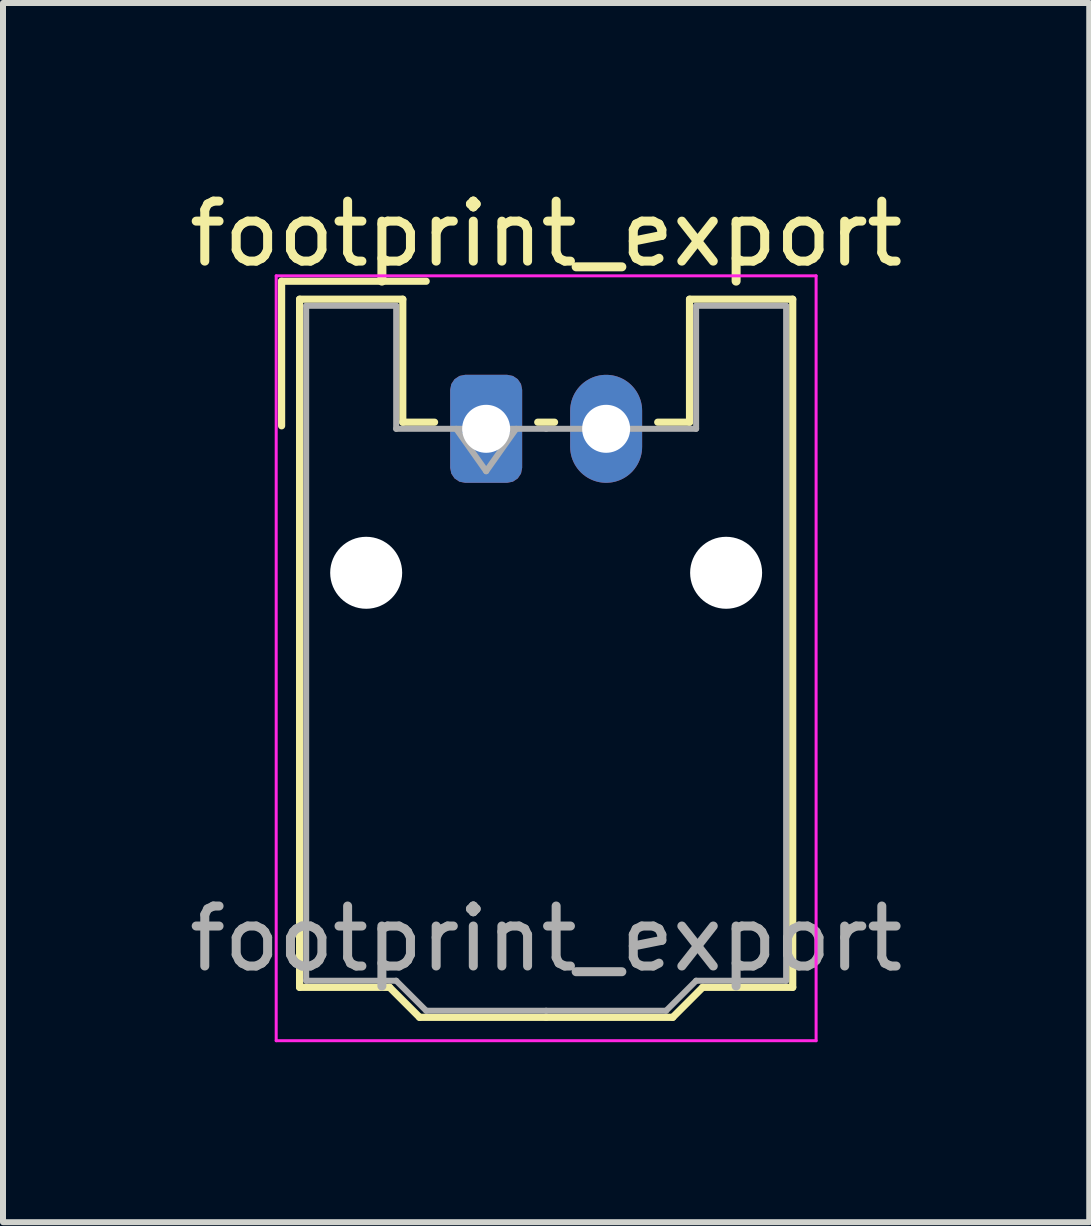
<source format=kicad_pcb>
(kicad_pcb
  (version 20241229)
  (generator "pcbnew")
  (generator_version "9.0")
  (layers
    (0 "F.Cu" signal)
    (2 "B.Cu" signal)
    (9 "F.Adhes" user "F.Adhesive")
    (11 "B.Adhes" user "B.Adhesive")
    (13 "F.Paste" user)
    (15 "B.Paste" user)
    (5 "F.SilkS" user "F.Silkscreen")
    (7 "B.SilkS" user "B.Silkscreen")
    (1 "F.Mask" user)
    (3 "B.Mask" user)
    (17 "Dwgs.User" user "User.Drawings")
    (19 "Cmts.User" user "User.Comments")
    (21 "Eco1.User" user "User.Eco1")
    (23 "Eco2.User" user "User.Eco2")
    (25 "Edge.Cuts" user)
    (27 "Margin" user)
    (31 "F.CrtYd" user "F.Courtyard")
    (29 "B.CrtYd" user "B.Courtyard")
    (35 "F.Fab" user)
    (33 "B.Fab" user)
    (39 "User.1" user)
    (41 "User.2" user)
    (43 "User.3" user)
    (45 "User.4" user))
  (footprint "footprint_export"
    (layer "F.Cu")
    (at 5.054 4.098)
    (property "Reference" "footprint_export" (at 1 -3.25 0) (layer "F.SilkS") (effects (font (size 1 1) (thickness 0.15))))
    (attr through_hole)
    (fp_line (start -3.41 -2.46) (end -1 -2.46) (stroke (width 0.12) (type solid)) (layer "F.SilkS"))
    (fp_line (start -3.41 -0.05) (end -3.41 -2.46) (stroke (width 0.12) (type solid)) (layer "F.SilkS"))
    (fp_line (start -3.11 -2.16) (end -1.39 -2.16) (stroke (width 0.12) (type solid)) (layer "F.SilkS"))
    (fp_line (start -3.11 9.31) (end -3.11 -2.16) (stroke (width 0.12) (type solid)) (layer "F.SilkS"))
    (fp_line (start -1.61 9.31) (end -3.11 9.31) (stroke (width 0.12) (type solid)) (layer "F.SilkS"))
    (fp_line (start -1.39 -2.16) (end -1.39 -0.11) (stroke (width 0.12) (type solid)) (layer "F.SilkS"))
    (fp_line (start -1.39 -0.11) (end -0.86 -0.11) (stroke (width 0.12) (type solid)) (layer "F.SilkS"))
    (fp_line (start -1.11 9.81) (end -1.61 9.31) (stroke (width 0.12) (type solid)) (layer "F.SilkS"))
    (fp_line (start 0.86 -0.11) (end 1.14 -0.11) (stroke (width 0.12) (type solid)) (layer "F.SilkS"))
    (fp_line (start 1 9.81) (end -1.11 9.81) (stroke (width 0.12) (type solid)) (layer "F.SilkS"))
    (fp_line (start 1 9.81) (end 3.11 9.81) (stroke (width 0.12) (type solid)) (layer "F.SilkS"))
    (fp_line (start 3.11 9.81) (end 3.61 9.31) (stroke (width 0.12) (type solid)) (layer "F.SilkS"))
    (fp_line (start 3.39 -2.16) (end 3.39 -0.11) (stroke (width 0.12) (type solid)) (layer "F.SilkS"))
    (fp_line (start 3.39 -0.11) (end 2.86 -0.11) (stroke (width 0.12) (type solid)) (layer "F.SilkS"))
    (fp_line (start 3.61 9.31) (end 5.11 9.31) (stroke (width 0.12) (type solid)) (layer "F.SilkS"))
    (fp_line (start 5.11 -2.16) (end 3.39 -2.16) (stroke (width 0.12) (type solid)) (layer "F.SilkS"))
    (fp_line (start 5.11 9.31) (end 5.11 -2.16) (stroke (width 0.12) (type solid)) (layer "F.SilkS"))
    (fp_line (start -3.5 -2.55) (end -3.5 10.2) (stroke (width 0.05) (type solid)) (layer "F.CrtYd"))
    (fp_line (start -3.5 10.2) (end 5.5 10.2) (stroke (width 0.05) (type solid)) (layer "F.CrtYd"))
    (fp_line (start 5.5 -2.55) (end -3.5 -2.55) (stroke (width 0.05) (type solid)) (layer "F.CrtYd"))
    (fp_line (start 5.5 10.2) (end 5.5 -2.55) (stroke (width 0.05) (type solid)) (layer "F.CrtYd"))
    (fp_line (start -3 -2.05) (end -1.5 -2.05) (stroke (width 0.1) (type solid)) (layer "F.Fab"))
    (fp_line (start -3 9.2) (end -3 -2.05) (stroke (width 0.1) (type solid)) (layer "F.Fab"))
    (fp_line (start -1.5 -2.05) (end -1.5 0) (stroke (width 0.1) (type solid)) (layer "F.Fab"))
    (fp_line (start -1.5 0) (end 1 0) (stroke (width 0.1) (type solid)) (layer "F.Fab"))
    (fp_line (start -1.5 9.2) (end -3 9.2) (stroke (width 0.1) (type solid)) (layer "F.Fab"))
    (fp_line (start -1 9.7) (end -1.5 9.2) (stroke (width 0.1) (type solid)) (layer "F.Fab"))
    (fp_line (start -0.5 0) (end 0 0.707) (stroke (width 0.1) (type solid)) (layer "F.Fab"))
    (fp_line (start 0 0.707) (end 0.5 0) (stroke (width 0.1) (type solid)) (layer "F.Fab"))
    (fp_line (start 1 9.7) (end -1 9.7) (stroke (width 0.1) (type solid)) (layer "F.Fab"))
    (fp_line (start 1 9.7) (end 3 9.7) (stroke (width 0.1) (type solid)) (layer "F.Fab"))
    (fp_line (start 3 9.7) (end 3.5 9.2) (stroke (width 0.1) (type solid)) (layer "F.Fab"))
    (fp_line (start 3.5 -2.05) (end 3.5 0) (stroke (width 0.1) (type solid)) (layer "F.Fab"))
    (fp_line (start 3.5 0) (end 1 0) (stroke (width 0.1) (type solid)) (layer "F.Fab"))
    (fp_line (start 3.5 9.2) (end 5 9.2) (stroke (width 0.1) (type solid)) (layer "F.Fab"))
    (fp_line (start 5 -2.05) (end 3.5 -2.05) (stroke (width 0.1) (type solid)) (layer "F.Fab"))
    (fp_line (start 5 9.2) (end 5 -2.05) (stroke (width 0.1) (type solid)) (layer "F.Fab"))
    (fp_text user "${REFERENCE}" (at 1 8.5 0) (layer "F.Fab") (effects (font (size 1 1) (thickness 0.15))))
    (pad "" np_thru_hole circle (at -2 2.4) (size 1.2 1.2) (drill 1.2) (layers "*.Cu" "*.Mask"))
    (pad "" np_thru_hole circle (at 4 2.4) (size 1.2 1.2) (drill 1.2) (layers "*.Cu" "*.Mask"))
    (pad "1" thru_hole roundrect (at 0 0) (size 1.2 1.8) (drill 0.8) (layers "*.Cu" "*.Mask") (roundrect_rratio 0.208))
    (pad "2" thru_hole oval (at 2 0) (size 1.2 1.8) (drill 0.8) (layers "*.Cu" "*.Mask")))
  (gr_rect
    (start -3 -3)
    (end 15.107 17.323)
    (stroke (width 0.1) (type default))
    (fill no)
    (layer "Edge.Cuts")))
</source>
